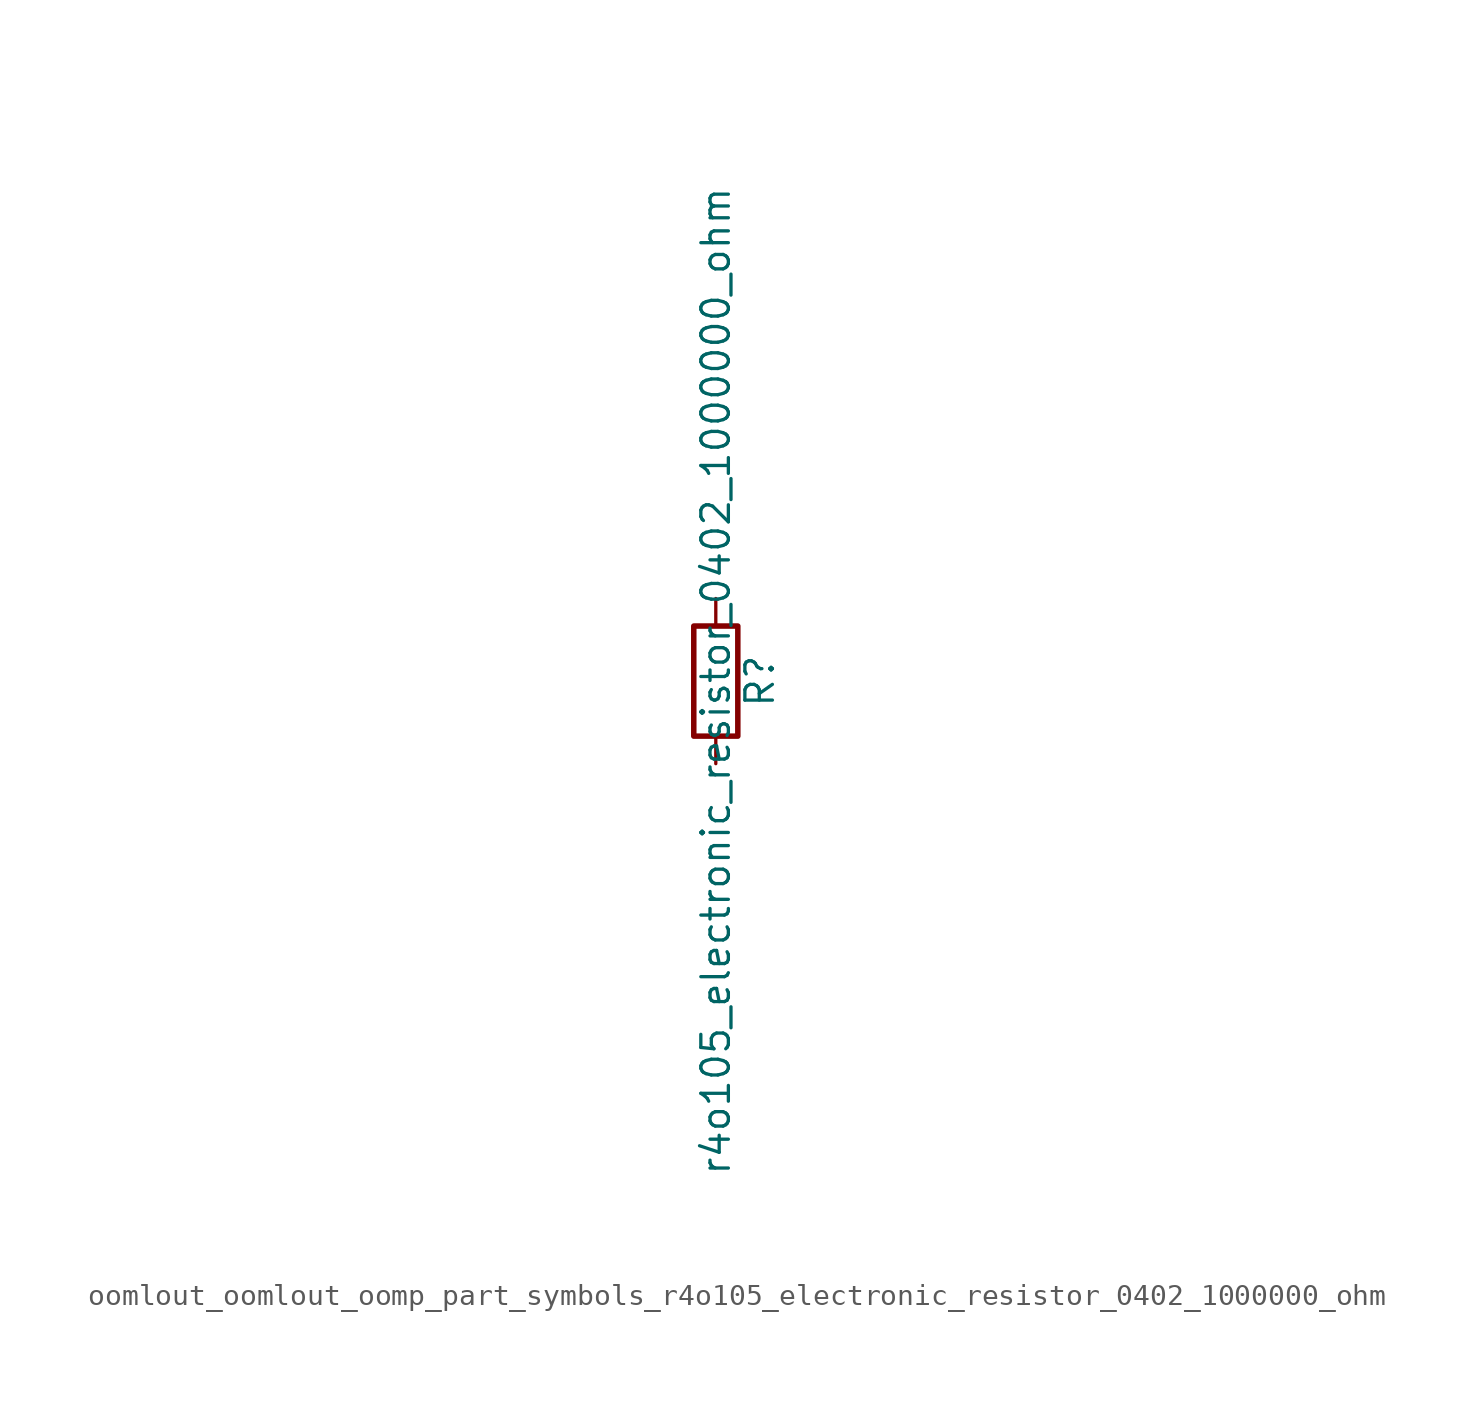
<source format=kicad_sym>
(kicad_symbol_lib
  (version 20220914)
  (generator kicad_symbol_editor)
  (symbol "oomlout_oomlout_oomp_part_symbols_r4o105_electronic_resistor_0402_1000000_ohm"
    (pin_numbers hide)
    (pin_names
      (offset 0))
    (property "Reference" "R"
      (at 2.032 0 90)
      (effects (font (size 1.27 1.27))))
    (property "Value" "r4o105_electronic_resistor_0402_1000000_ohm"
      (at 0 0 90)
      (effects (font (size 1.27 1.27))))
    (symbol "oomlout_oomlout_oomp_part_symbols_r4o105_electronic_resistor_0402_1000000_ohm_0_1"
      (rectangle (start -1.016 -2.54) (end 1.016 2.54) (stroke (width 0.254) (type default)) (fill (type none))))
    (symbol "oomlout_oomlout_oomp_part_symbols_r4o105_electronic_resistor_0402_1000000_ohm_1_1"
      (pin passive line (at 0 3.81 270) (length 1.27) (name "~" (effects (font (size 1.27 1.27)))) (number "1" (effects (font (size 1.27 1.27)))))
      (pin passive line (at 0 -3.81 90) (length 1.27) (name "~" (effects (font (size 1.27 1.27)))) (number "2" (effects (font (size 1.27 1.27))))))))
</source>
